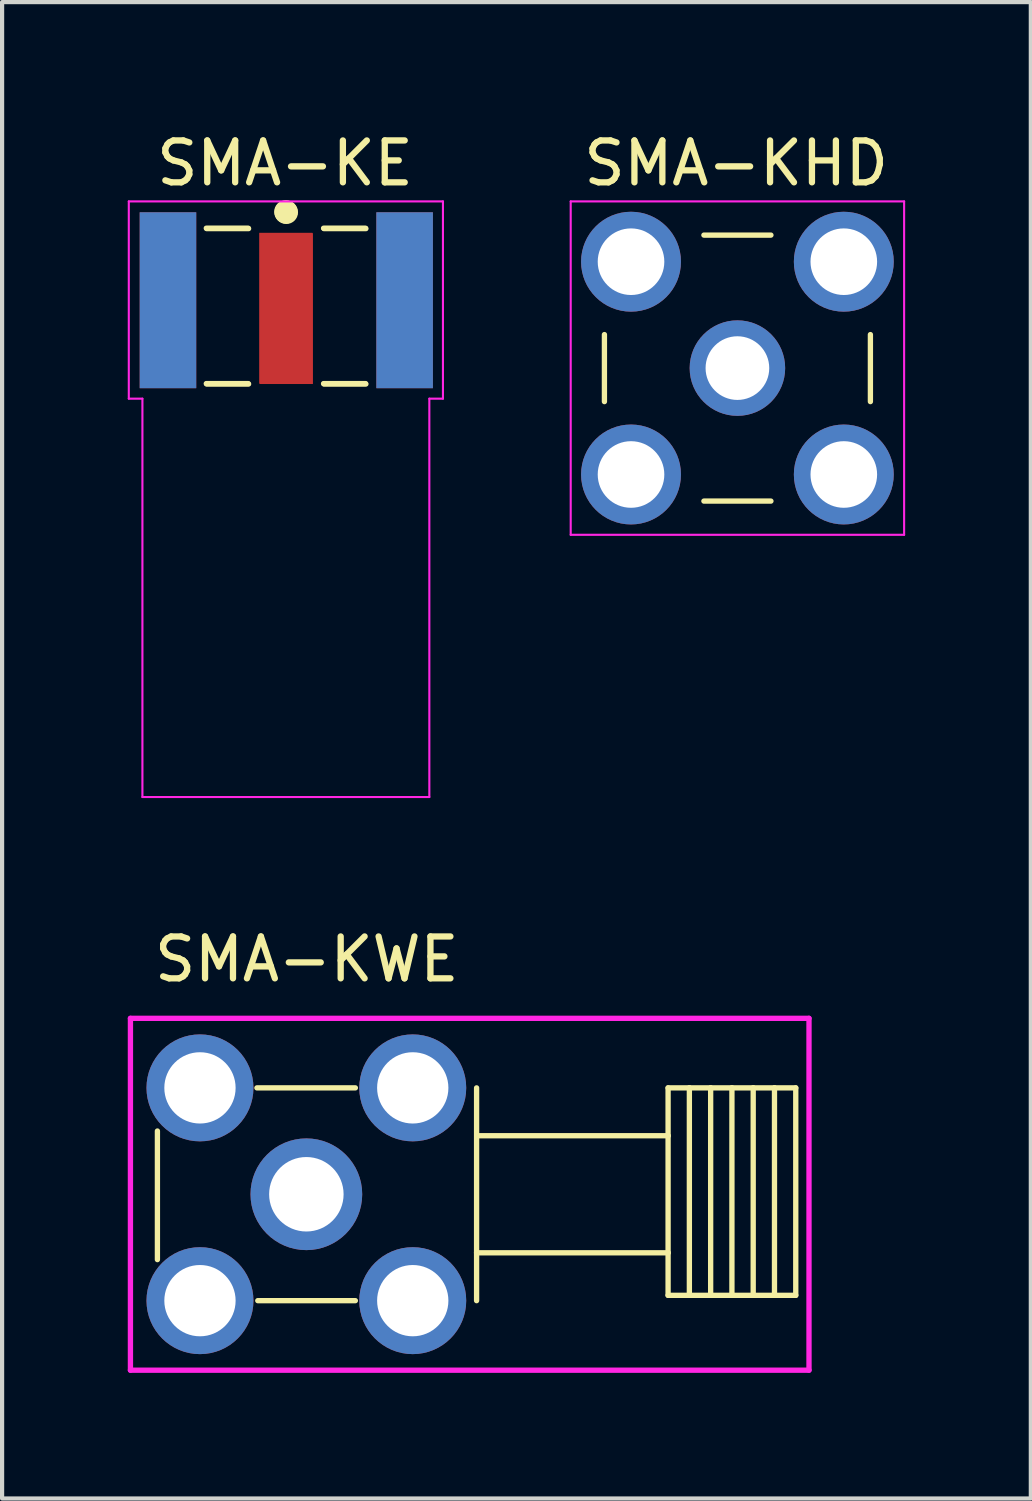
<source format=kicad_pcb>
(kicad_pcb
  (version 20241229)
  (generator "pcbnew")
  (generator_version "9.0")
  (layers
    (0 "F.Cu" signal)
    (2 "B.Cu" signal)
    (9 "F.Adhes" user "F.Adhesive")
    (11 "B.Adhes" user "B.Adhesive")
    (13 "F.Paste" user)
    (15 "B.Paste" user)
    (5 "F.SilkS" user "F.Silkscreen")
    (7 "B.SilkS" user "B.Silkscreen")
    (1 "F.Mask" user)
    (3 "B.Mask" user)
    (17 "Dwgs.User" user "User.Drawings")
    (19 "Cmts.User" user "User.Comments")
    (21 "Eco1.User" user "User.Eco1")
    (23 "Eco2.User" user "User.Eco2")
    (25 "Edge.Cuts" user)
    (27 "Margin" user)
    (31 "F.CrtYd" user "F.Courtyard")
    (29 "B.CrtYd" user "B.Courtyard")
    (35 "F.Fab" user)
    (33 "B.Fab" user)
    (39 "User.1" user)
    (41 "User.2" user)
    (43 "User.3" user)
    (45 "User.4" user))
  (footprint "SMA-KE"
    (layer "F.Cu")
    (at 0.425 1.968)
    (property "Reference" "SMA-KE" (at 3.33 -1.12 0) (layer "F.SilkS") (effects (font (size 1 1) (thickness 0.15))))
    (attr through_hole)
    (fp_line (start 1.45 0.43) (end 2.45 0.43) (stroke (width 0.127) (type solid)) (layer "F.SilkS"))
    (fp_line (start 1.45 4.14) (end 2.45 4.14) (stroke (width 0.127) (type solid)) (layer "F.SilkS"))
    (fp_line (start 1.46 0.44) (end 2.46 0.44) (stroke (width 0.127) (type solid)) (layer "F.SilkS"))
    (fp_line (start 1.46 4.15) (end 2.46 4.15) (stroke (width 0.127) (type solid)) (layer "F.SilkS"))
    (fp_line (start 4.25 0.43) (end 5.25 0.43) (stroke (width 0.127) (type solid)) (layer "F.SilkS"))
    (fp_line (start 4.25 4.14) (end 5.25 4.14) (stroke (width 0.127) (type solid)) (layer "F.SilkS"))
    (fp_line (start 4.26 0.44) (end 5.26 0.44) (stroke (width 0.127) (type solid)) (layer "F.SilkS"))
    (fp_line (start 4.26 4.15) (end 5.26 4.15) (stroke (width 0.127) (type solid)) (layer "F.SilkS"))
    (fp_circle (center 3.35 0.04) (end 3.49 0.04) (stroke (width 0.28) (type solid)) (fill no) (layer "F.SilkS"))
    (fp_circle (center 3.36 0.05) (end 3.5 0.05) (stroke (width 0.28) (type solid)) (fill no) (layer "F.SilkS"))
    (fp_line (start -0.4 4.5) (end -0.4 -0.21) (stroke (width 0.05) (type solid)) (layer "F.CrtYd"))
    (fp_line (start -0.075 4.5) (end -0.4 4.5) (stroke (width 0.05) (type solid)) (layer "F.CrtYd"))
    (fp_line (start -0.075 14.01) (end -0.075 4.5) (stroke (width 0.05) (type solid)) (layer "F.CrtYd"))
    (fp_line (start 6.775 4.5) (end 6.775 14.01) (stroke (width 0.05) (type solid)) (layer "F.CrtYd"))
    (fp_line (start 6.775 4.5) (end 7.1 4.5) (stroke (width 0.05) (type solid)) (layer "F.CrtYd"))
    (fp_line (start 6.775 14.01) (end -0.075 14.01) (stroke (width 0.05) (type solid)) (layer "F.CrtYd"))
    (fp_line (start 7.1 -0.21) (end -0.4 -0.21) (stroke (width 0.05) (type solid)) (layer "F.CrtYd"))
    (fp_line (start 7.1 4.5) (end 7.1 -0.21) (stroke (width 0.05) (type solid)) (layer "F.CrtYd"))
    (pad "1" smd rect (at 3.35 2.34) (size 1.27 3.6) (layers "F.Cu" "F.Mask" "F.Paste"))
    (pad "1" smd rect (at 3.36 2.35) (size 1.27 3.6) (layers "F.Cu" "F.Mask" "F.Paste"))
    (pad "2" smd rect (at 0.535 2.15) (size 1.35 4.2) (layers "F.Cu" "F.Mask" "F.Paste"))
    (pad "3" smd rect (at 6.185 2.15) (size 1.35 4.2) (layers "F.Cu" "F.Mask" "F.Paste"))
    (pad "4" smd rect (at 6.185 2.15) (size 1.35 4.2) (layers "*.Paste" "*.Mask" "B.Cu"))
    (pad "5" smd rect (at 0.535 2.15) (size 1.35 4.2) (layers "*.Paste" "*.Mask" "B.Cu")))
  (footprint "SMA-KHD"
    (layer "F.Cu")
    (at 14.485 5.778)
    (property "Reference" "SMA-KHD" (at 0.04 -4.93 0) (layer "F.SilkS") (effects (font (size 1 1) (thickness 0.15))))
    (attr through_hole)
    (fp_line (start -3.105 0.76) (end -3.105 -0.84) (stroke (width 0.127) (type solid)) (layer "F.SilkS"))
    (fp_line (start -0.73 -3.215) (end 0.87 -3.215) (stroke (width 0.127) (type solid)) (layer "F.SilkS"))
    (fp_line (start -0.73 3.135) (end 0.87 3.135) (stroke (width 0.127) (type solid)) (layer "F.SilkS"))
    (fp_line (start 3.245 0.76) (end 3.245 -0.84) (stroke (width 0.127) (type solid)) (layer "F.SilkS"))
    (fp_line (start -3.91 -4.02) (end 4.05 -4.02) (stroke (width 0.05) (type solid)) (layer "F.CrtYd"))
    (fp_line (start -3.91 3.94) (end -3.91 -4.02) (stroke (width 0.05) (type solid)) (layer "F.CrtYd"))
    (fp_line (start 4.05 -4.02) (end 4.05 3.94) (stroke (width 0.05) (type solid)) (layer "F.CrtYd"))
    (fp_line (start 4.05 3.94) (end -3.91 3.94) (stroke (width 0.05) (type solid)) (layer "F.CrtYd"))
    (pad "1" thru_hole circle (at 0.07 -0.04) (size 2.28 2.28) (drill 1.52) (layers "*.Cu" "*.Mask"))
    (pad "2" thru_hole circle (at -2.47 2.5) (size 2.385 2.385) (drill 1.59) (layers "*.Cu" "*.Mask"))
    (pad "3" thru_hole circle (at 2.61 2.5) (size 2.385 2.385) (drill 1.59) (layers "*.Cu" "*.Mask"))
    (pad "4" thru_hole circle (at 2.61 -2.58) (size 2.385 2.385) (drill 1.59) (layers "*.Cu" "*.Mask"))
    (pad "5" thru_hole circle (at -2.47 -2.58) (size 2.385 2.385) (drill 1.59) (layers "*.Cu" "*.Mask")))
  (footprint "SMA-KWE"
    (layer "F.Cu")
    (at 4.314 25.532)
    (property "Reference" "SMA-KWE" (at -0.04 -5.68 0) (layer "F.SilkS") (effects (font (size 1 1) (thickness 0.15))))
    (attr through_hole)
    (fp_line (start -3.606 -1.58) (end -3.606 1.49) (stroke (width 0.127) (type solid)) (layer "F.SilkS"))
    (fp_line (start -1.21 2.47) (end 1.12 2.47) (stroke (width 0.127) (type solid)) (layer "F.SilkS"))
    (fp_line (start 1.12 -2.61) (end -1.23 -2.61) (stroke (width 0.127) (type solid)) (layer "F.SilkS"))
    (fp_line (start 4.014 -2.61) (end 4.014 1.327) (stroke (width 0.127) (type solid)) (layer "F.SilkS"))
    (fp_line (start 4.014 1.327) (end 4.014 2.47) (stroke (width 0.127) (type solid)) (layer "F.SilkS"))
    (fp_line (start 4.014 1.327) (end 8.586 1.327) (stroke (width 0.127) (type solid)) (layer "F.SilkS"))
    (fp_line (start 4.041 -1.467) (end 8.586 -1.467) (stroke (width 0.127) (type solid)) (layer "F.SilkS"))
    (fp_line (start 8.586 -2.61) (end 9.094 -2.61) (stroke (width 0.127) (type solid)) (layer "F.SilkS"))
    (fp_line (start 8.586 -1.467) (end 8.586 -2.61) (stroke (width 0.127) (type solid)) (layer "F.SilkS"))
    (fp_line (start 8.586 1.327) (end 8.586 -1.467) (stroke (width 0.127) (type solid)) (layer "F.SilkS"))
    (fp_line (start 8.586 2.343) (end 8.586 1.327) (stroke (width 0.127) (type solid)) (layer "F.SilkS"))
    (fp_line (start 9.094 -2.61) (end 9.094 2.343) (stroke (width 0.127) (type solid)) (layer "F.SilkS"))
    (fp_line (start 9.094 -2.61) (end 9.602 -2.61) (stroke (width 0.127) (type solid)) (layer "F.SilkS"))
    (fp_line (start 9.094 2.343) (end 8.586 2.343) (stroke (width 0.127) (type solid)) (layer "F.SilkS"))
    (fp_line (start 9.602 -2.61) (end 9.602 2.343) (stroke (width 0.127) (type solid)) (layer "F.SilkS"))
    (fp_line (start 9.602 -2.61) (end 10.11 -2.61) (stroke (width 0.127) (type solid)) (layer "F.SilkS"))
    (fp_line (start 9.602 2.343) (end 9.094 2.343) (stroke (width 0.127) (type solid)) (layer "F.SilkS"))
    (fp_line (start 10.11 -2.61) (end 10.11 2.343) (stroke (width 0.127) (type solid)) (layer "F.SilkS"))
    (fp_line (start 10.11 -2.61) (end 10.618 -2.61) (stroke (width 0.127) (type solid)) (layer "F.SilkS"))
    (fp_line (start 10.11 2.343) (end 9.602 2.343) (stroke (width 0.127) (type solid)) (layer "F.SilkS"))
    (fp_line (start 10.618 -2.61) (end 10.618 2.343) (stroke (width 0.127) (type solid)) (layer "F.SilkS"))
    (fp_line (start 10.618 -2.61) (end 11.126 -2.61) (stroke (width 0.127) (type solid)) (layer "F.SilkS"))
    (fp_line (start 10.618 2.343) (end 10.11 2.343) (stroke (width 0.127) (type solid)) (layer "F.SilkS"))
    (fp_line (start 11.126 -2.61) (end 11.126 2.343) (stroke (width 0.127) (type solid)) (layer "F.SilkS"))
    (fp_line (start 11.126 -2.61) (end 11.634 -2.61) (stroke (width 0.127) (type solid)) (layer "F.SilkS"))
    (fp_line (start 11.126 2.343) (end 10.618 2.343) (stroke (width 0.127) (type solid)) (layer "F.SilkS"))
    (fp_line (start 11.634 -2.61) (end 11.634 2.343) (stroke (width 0.127) (type solid)) (layer "F.SilkS"))
    (fp_line (start 11.634 2.343) (end 11.126 2.343) (stroke (width 0.127) (type solid)) (layer "F.SilkS"))
    (fp_line (start -4.25 -4.27) (end 11.95 -4.27) (stroke (width 0.127) (type solid)) (layer "F.CrtYd"))
    (fp_line (start -4.25 4.13) (end -4.25 -4.27) (stroke (width 0.127) (type solid)) (layer "F.CrtYd"))
    (fp_line (start 11.95 -4.27) (end 11.95 4.13) (stroke (width 0.127) (type solid)) (layer "F.CrtYd"))
    (fp_line (start 11.95 4.13) (end -4.25 4.13) (stroke (width 0.127) (type solid)) (layer "F.CrtYd"))
    (pad "1" thru_hole circle (at -0.05 -0.07) (size 2.667 2.667) (drill 1.778) (layers "*.Cu" "*.Mask"))
    (pad "2" thru_hole circle (at -2.59 -2.61) (size 2.553 2.553) (drill 1.702) (layers "*.Cu" "*.Mask"))
    (pad "3" thru_hole circle (at 2.49 -2.61) (size 2.553 2.553) (drill 1.702) (layers "*.Cu" "*.Mask"))
    (pad "4" thru_hole circle (at -2.59 2.47) (size 2.553 2.553) (drill 1.702) (layers "*.Cu" "*.Mask"))
    (pad "5" thru_hole circle (at 2.49 2.47) (size 2.553 2.553) (drill 1.702) (layers "*.Cu" "*.Mask")))
  (gr_rect
    (start -3 -3)
    (end 21.56 32.725)
    (stroke (width 0.1) (type default))
    (fill no)
    (layer "Edge.Cuts")))
</source>
